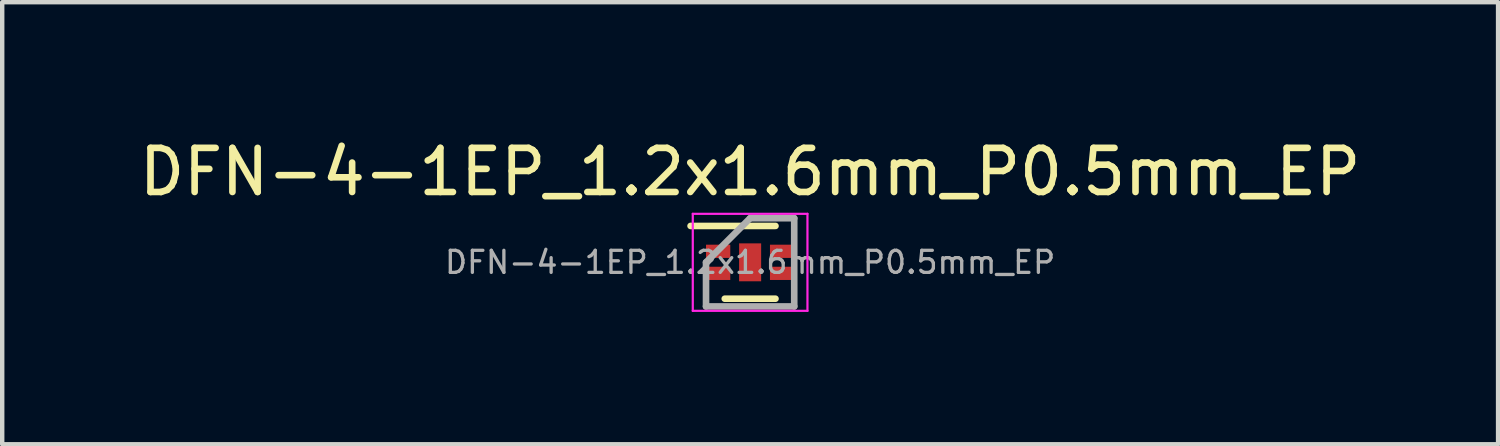
<source format=kicad_pcb>
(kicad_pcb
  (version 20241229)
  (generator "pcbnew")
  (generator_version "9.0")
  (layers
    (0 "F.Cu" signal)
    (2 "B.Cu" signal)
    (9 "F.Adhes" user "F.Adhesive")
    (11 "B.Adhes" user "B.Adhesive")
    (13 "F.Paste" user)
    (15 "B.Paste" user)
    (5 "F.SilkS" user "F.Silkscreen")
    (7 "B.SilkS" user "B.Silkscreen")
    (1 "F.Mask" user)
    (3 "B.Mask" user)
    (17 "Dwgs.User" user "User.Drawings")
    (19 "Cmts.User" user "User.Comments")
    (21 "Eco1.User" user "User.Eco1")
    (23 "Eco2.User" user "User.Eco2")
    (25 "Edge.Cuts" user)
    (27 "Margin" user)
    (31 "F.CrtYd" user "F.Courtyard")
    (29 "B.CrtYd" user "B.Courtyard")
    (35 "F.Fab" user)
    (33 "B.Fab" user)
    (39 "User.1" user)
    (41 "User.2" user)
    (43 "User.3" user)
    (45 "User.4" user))
  (footprint "DFN-4-1EP_1.2x1.6mm_P0.5mm_EP"
    (layer "F.Cu")
    (at 13.958 2.898)
    (property "Reference" "DFN-4-1EP_1.2x1.6mm_P0.5mm_EP" (at 0 -2.05 0) (layer "F.SilkS") (effects (font (size 1 1) (thickness 0.15))))
    (attr smd)
    (fp_line (start -1.35 -0.825) (end 0.575 -0.825) (stroke (width 0.15) (type solid)) (layer "F.SilkS"))
    (fp_line (start -0.575 0.825) (end 0.575 0.825) (stroke (width 0.15) (type solid)) (layer "F.SilkS"))
    (fp_line (start -1.3 -1.1) (end -1.3 1.1) (stroke (width 0.05) (type solid)) (layer "F.CrtYd"))
    (fp_line (start -1.3 -1.1) (end 1.3 -1.1) (stroke (width 0.05) (type solid)) (layer "F.CrtYd"))
    (fp_line (start -1.3 1.1) (end 1.3 1.1) (stroke (width 0.05) (type solid)) (layer "F.CrtYd"))
    (fp_line (start 1.3 -1.1) (end 1.3 1.1) (stroke (width 0.05) (type solid)) (layer "F.CrtYd"))
    (fp_line (start -1 0) (end 0 -1) (stroke (width 0.15) (type solid)) (layer "F.Fab"))
    (fp_line (start -1 1) (end -1 0) (stroke (width 0.15) (type solid)) (layer "F.Fab"))
    (fp_line (start 0 -1) (end 1 -1) (stroke (width 0.15) (type solid)) (layer "F.Fab"))
    (fp_line (start 1 -1) (end 1 1) (stroke (width 0.15) (type solid)) (layer "F.Fab"))
    (fp_line (start 1 1) (end -1 1) (stroke (width 0.15) (type solid)) (layer "F.Fab"))
    (fp_text user "${REFERENCE}" (at 0 0 0) (layer "F.Fab") (effects (font (size 0.5 0.5) (thickness 0.075))))
    (pad "1" smd rect (at -0.725 -0.25) (size 0.55 0.3) (layers "F.Cu" "F.Mask" "F.Paste"))
    (pad "2" smd rect (at -0.725 0.25) (size 0.55 0.3) (layers "F.Cu" "F.Mask" "F.Paste"))
    (pad "3" smd rect (at 0.725 0.25) (size 0.55 0.3) (layers "F.Cu" "F.Mask" "F.Paste"))
    (pad "4" smd rect (at 0.725 -0.25) (size 0.55 0.3) (layers "F.Cu" "F.Mask" "F.Paste"))
    (pad "5" smd rect (at 0 0) (size 0.5 0.86) (layers "F.Cu" "F.Mask")))
  (gr_rect
    (start -3 -3)
    (end 30.917 7.023)
    (stroke (width 0.1) (type default))
    (fill no)
    (layer "Edge.Cuts")))
</source>
